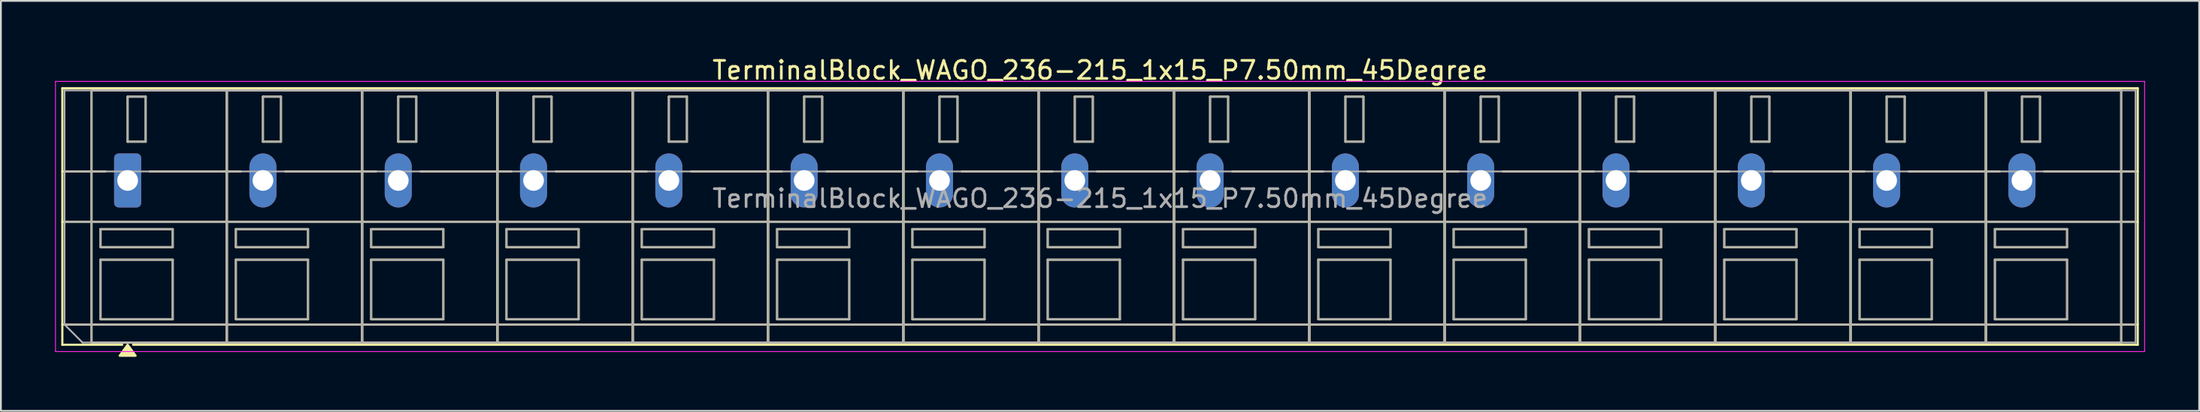
<source format=kicad_pcb>
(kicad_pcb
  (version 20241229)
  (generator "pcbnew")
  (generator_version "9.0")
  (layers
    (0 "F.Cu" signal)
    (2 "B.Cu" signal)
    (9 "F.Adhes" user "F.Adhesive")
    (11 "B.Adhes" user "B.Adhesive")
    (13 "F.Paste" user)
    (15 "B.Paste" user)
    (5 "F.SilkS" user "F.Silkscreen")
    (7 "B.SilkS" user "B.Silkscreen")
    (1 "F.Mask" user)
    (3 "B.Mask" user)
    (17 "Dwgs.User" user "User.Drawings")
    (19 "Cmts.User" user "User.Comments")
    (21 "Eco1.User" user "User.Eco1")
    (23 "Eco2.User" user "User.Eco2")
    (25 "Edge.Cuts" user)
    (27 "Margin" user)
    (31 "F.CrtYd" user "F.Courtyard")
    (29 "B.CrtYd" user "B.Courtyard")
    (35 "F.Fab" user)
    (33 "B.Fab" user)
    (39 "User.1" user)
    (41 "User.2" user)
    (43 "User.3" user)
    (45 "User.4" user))
  (footprint "TerminalBlock_WAGO_236-215_1x15_P7.50mm_45Degree"
    (layer "F.Cu")
    (at 4.025 6.968)
    (property "Reference" "TerminalBlock_WAGO_236-215_1x15_P7.50mm_45Degree" (at 53.9 -6.12 0) (layer "F.SilkS") (effects (font (size 1 1) (thickness 0.15))))
    (attr through_hole)
    (fp_line (start -3.62 -5.12) (end -3.62 9.12) (stroke (width 0.12) (type solid)) (layer "F.SilkS"))
    (fp_line (start -3.62 -5.12) (end 111.42 -5.12) (stroke (width 0.12) (type solid)) (layer "F.SilkS"))
    (fp_line (start -3.62 -0.5) (end -1.23 -0.5) (stroke (width 0.12) (type solid)) (layer "F.SilkS"))
    (fp_line (start -3.62 2.3) (end 111.42 2.3) (stroke (width 0.12) (type solid)) (layer "F.SilkS"))
    (fp_line (start -3.62 8) (end 111.42 8) (stroke (width 0.12) (type solid)) (layer "F.SilkS"))
    (fp_line (start -3.62 9.12) (end -0.3 9.12) (stroke (width 0.12) (type solid)) (layer "F.SilkS"))
    (fp_line (start -2 -5) (end -2 9) (stroke (width 0.12) (type solid)) (layer "F.SilkS"))
    (fp_line (start -2 -5) (end 5.5 -5) (stroke (width 0.12) (type solid)) (layer "F.SilkS"))
    (fp_line (start -2 9) (end 5.5 9) (stroke (width 0.12) (type solid)) (layer "F.SilkS"))
    (fp_line (start -1.5 2.7) (end -1.5 3.7) (stroke (width 0.12) (type solid)) (layer "F.SilkS"))
    (fp_line (start -1.5 2.7) (end 2.5 2.7) (stroke (width 0.12) (type solid)) (layer "F.SilkS"))
    (fp_line (start -1.5 3.7) (end 2.5 3.7) (stroke (width 0.12) (type solid)) (layer "F.SilkS"))
    (fp_line (start -1.5 4.4) (end -1.5 7.7) (stroke (width 0.12) (type solid)) (layer "F.SilkS"))
    (fp_line (start -1.5 4.4) (end 2.5 4.4) (stroke (width 0.12) (type solid)) (layer "F.SilkS"))
    (fp_line (start -1.5 7.7) (end 2.5 7.7) (stroke (width 0.12) (type solid)) (layer "F.SilkS"))
    (fp_line (start 0 -4.65) (end 0 -2.15) (stroke (width 0.12) (type solid)) (layer "F.SilkS"))
    (fp_line (start 0 -4.65) (end 1 -4.65) (stroke (width 0.12) (type solid)) (layer "F.SilkS"))
    (fp_line (start 0 -2.15) (end 1 -2.15) (stroke (width 0.12) (type solid)) (layer "F.SilkS"))
    (fp_line (start 0.3 9.12) (end 111.42 9.12) (stroke (width 0.12) (type solid)) (layer "F.SilkS"))
    (fp_line (start 1 -4.65) (end 1 -2.15) (stroke (width 0.12) (type solid)) (layer "F.SilkS"))
    (fp_line (start 1.23 -0.5) (end 6.27 -0.5) (stroke (width 0.12) (type solid)) (layer "F.SilkS"))
    (fp_line (start 2.5 2.7) (end 2.5 3.7) (stroke (width 0.12) (type solid)) (layer "F.SilkS"))
    (fp_line (start 2.5 4.4) (end 2.5 7.7) (stroke (width 0.12) (type solid)) (layer "F.SilkS"))
    (fp_line (start 5.5 -5) (end 5.5 9) (stroke (width 0.12) (type solid)) (layer "F.SilkS"))
    (fp_line (start 5.5 -5) (end 5.5 9) (stroke (width 0.12) (type solid)) (layer "F.SilkS"))
    (fp_line (start 5.5 -5) (end 13 -5) (stroke (width 0.12) (type solid)) (layer "F.SilkS"))
    (fp_line (start 5.5 9) (end 13 9) (stroke (width 0.12) (type solid)) (layer "F.SilkS"))
    (fp_line (start 6 2.7) (end 6 3.7) (stroke (width 0.12) (type solid)) (layer "F.SilkS"))
    (fp_line (start 6 2.7) (end 10 2.7) (stroke (width 0.12) (type solid)) (layer "F.SilkS"))
    (fp_line (start 6 3.7) (end 10 3.7) (stroke (width 0.12) (type solid)) (layer "F.SilkS"))
    (fp_line (start 6 4.4) (end 6 7.7) (stroke (width 0.12) (type solid)) (layer "F.SilkS"))
    (fp_line (start 6 4.4) (end 10 4.4) (stroke (width 0.12) (type solid)) (layer "F.SilkS"))
    (fp_line (start 6 7.7) (end 10 7.7) (stroke (width 0.12) (type solid)) (layer "F.SilkS"))
    (fp_line (start 7.5 -4.65) (end 7.5 -2.15) (stroke (width 0.12) (type solid)) (layer "F.SilkS"))
    (fp_line (start 7.5 -4.65) (end 8.5 -4.65) (stroke (width 0.12) (type solid)) (layer "F.SilkS"))
    (fp_line (start 7.5 -2.15) (end 8.5 -2.15) (stroke (width 0.12) (type solid)) (layer "F.SilkS"))
    (fp_line (start 8.5 -4.65) (end 8.5 -2.15) (stroke (width 0.12) (type solid)) (layer "F.SilkS"))
    (fp_line (start 8.73 -0.5) (end 13.77 -0.5) (stroke (width 0.12) (type solid)) (layer "F.SilkS"))
    (fp_line (start 10 2.7) (end 10 3.7) (stroke (width 0.12) (type solid)) (layer "F.SilkS"))
    (fp_line (start 10 4.4) (end 10 7.7) (stroke (width 0.12) (type solid)) (layer "F.SilkS"))
    (fp_line (start 13 -5) (end 13 9) (stroke (width 0.12) (type solid)) (layer "F.SilkS"))
    (fp_line (start 13 -5) (end 13 9) (stroke (width 0.12) (type solid)) (layer "F.SilkS"))
    (fp_line (start 13 -5) (end 20.5 -5) (stroke (width 0.12) (type solid)) (layer "F.SilkS"))
    (fp_line (start 13 9) (end 20.5 9) (stroke (width 0.12) (type solid)) (layer "F.SilkS"))
    (fp_line (start 13.5 2.7) (end 13.5 3.7) (stroke (width 0.12) (type solid)) (layer "F.SilkS"))
    (fp_line (start 13.5 2.7) (end 17.5 2.7) (stroke (width 0.12) (type solid)) (layer "F.SilkS"))
    (fp_line (start 13.5 3.7) (end 17.5 3.7) (stroke (width 0.12) (type solid)) (layer "F.SilkS"))
    (fp_line (start 13.5 4.4) (end 13.5 7.7) (stroke (width 0.12) (type solid)) (layer "F.SilkS"))
    (fp_line (start 13.5 4.4) (end 17.5 4.4) (stroke (width 0.12) (type solid)) (layer "F.SilkS"))
    (fp_line (start 13.5 7.7) (end 17.5 7.7) (stroke (width 0.12) (type solid)) (layer "F.SilkS"))
    (fp_line (start 15 -4.65) (end 15 -2.15) (stroke (width 0.12) (type solid)) (layer "F.SilkS"))
    (fp_line (start 15 -4.65) (end 16 -4.65) (stroke (width 0.12) (type solid)) (layer "F.SilkS"))
    (fp_line (start 15 -2.15) (end 16 -2.15) (stroke (width 0.12) (type solid)) (layer "F.SilkS"))
    (fp_line (start 16 -4.65) (end 16 -2.15) (stroke (width 0.12) (type solid)) (layer "F.SilkS"))
    (fp_line (start 16.23 -0.5) (end 21.27 -0.5) (stroke (width 0.12) (type solid)) (layer "F.SilkS"))
    (fp_line (start 17.5 2.7) (end 17.5 3.7) (stroke (width 0.12) (type solid)) (layer "F.SilkS"))
    (fp_line (start 17.5 4.4) (end 17.5 7.7) (stroke (width 0.12) (type solid)) (layer "F.SilkS"))
    (fp_line (start 20.5 -5) (end 20.5 9) (stroke (width 0.12) (type solid)) (layer "F.SilkS"))
    (fp_line (start 20.5 -5) (end 20.5 9) (stroke (width 0.12) (type solid)) (layer "F.SilkS"))
    (fp_line (start 20.5 -5) (end 28 -5) (stroke (width 0.12) (type solid)) (layer "F.SilkS"))
    (fp_line (start 20.5 9) (end 28 9) (stroke (width 0.12) (type solid)) (layer "F.SilkS"))
    (fp_line (start 21 2.7) (end 21 3.7) (stroke (width 0.12) (type solid)) (layer "F.SilkS"))
    (fp_line (start 21 2.7) (end 25 2.7) (stroke (width 0.12) (type solid)) (layer "F.SilkS"))
    (fp_line (start 21 3.7) (end 25 3.7) (stroke (width 0.12) (type solid)) (layer "F.SilkS"))
    (fp_line (start 21 4.4) (end 21 7.7) (stroke (width 0.12) (type solid)) (layer "F.SilkS"))
    (fp_line (start 21 4.4) (end 25 4.4) (stroke (width 0.12) (type solid)) (layer "F.SilkS"))
    (fp_line (start 21 7.7) (end 25 7.7) (stroke (width 0.12) (type solid)) (layer "F.SilkS"))
    (fp_line (start 22.5 -4.65) (end 22.5 -2.15) (stroke (width 0.12) (type solid)) (layer "F.SilkS"))
    (fp_line (start 22.5 -4.65) (end 23.5 -4.65) (stroke (width 0.12) (type solid)) (layer "F.SilkS"))
    (fp_line (start 22.5 -2.15) (end 23.5 -2.15) (stroke (width 0.12) (type solid)) (layer "F.SilkS"))
    (fp_line (start 23.5 -4.65) (end 23.5 -2.15) (stroke (width 0.12) (type solid)) (layer "F.SilkS"))
    (fp_line (start 23.73 -0.5) (end 28.77 -0.5) (stroke (width 0.12) (type solid)) (layer "F.SilkS"))
    (fp_line (start 25 2.7) (end 25 3.7) (stroke (width 0.12) (type solid)) (layer "F.SilkS"))
    (fp_line (start 25 4.4) (end 25 7.7) (stroke (width 0.12) (type solid)) (layer "F.SilkS"))
    (fp_line (start 28 -5) (end 28 9) (stroke (width 0.12) (type solid)) (layer "F.SilkS"))
    (fp_line (start 28 -5) (end 28 9) (stroke (width 0.12) (type solid)) (layer "F.SilkS"))
    (fp_line (start 28 -5) (end 35.5 -5) (stroke (width 0.12) (type solid)) (layer "F.SilkS"))
    (fp_line (start 28 9) (end 35.5 9) (stroke (width 0.12) (type solid)) (layer "F.SilkS"))
    (fp_line (start 28.5 2.7) (end 28.5 3.7) (stroke (width 0.12) (type solid)) (layer "F.SilkS"))
    (fp_line (start 28.5 2.7) (end 32.5 2.7) (stroke (width 0.12) (type solid)) (layer "F.SilkS"))
    (fp_line (start 28.5 3.7) (end 32.5 3.7) (stroke (width 0.12) (type solid)) (layer "F.SilkS"))
    (fp_line (start 28.5 4.4) (end 28.5 7.7) (stroke (width 0.12) (type solid)) (layer "F.SilkS"))
    (fp_line (start 28.5 4.4) (end 32.5 4.4) (stroke (width 0.12) (type solid)) (layer "F.SilkS"))
    (fp_line (start 28.5 7.7) (end 32.5 7.7) (stroke (width 0.12) (type solid)) (layer "F.SilkS"))
    (fp_line (start 30 -4.65) (end 30 -2.15) (stroke (width 0.12) (type solid)) (layer "F.SilkS"))
    (fp_line (start 30 -4.65) (end 31 -4.65) (stroke (width 0.12) (type solid)) (layer "F.SilkS"))
    (fp_line (start 30 -2.15) (end 31 -2.15) (stroke (width 0.12) (type solid)) (layer "F.SilkS"))
    (fp_line (start 31 -4.65) (end 31 -2.15) (stroke (width 0.12) (type solid)) (layer "F.SilkS"))
    (fp_line (start 31.23 -0.5) (end 36.27 -0.5) (stroke (width 0.12) (type solid)) (layer "F.SilkS"))
    (fp_line (start 32.5 2.7) (end 32.5 3.7) (stroke (width 0.12) (type solid)) (layer "F.SilkS"))
    (fp_line (start 32.5 4.4) (end 32.5 7.7) (stroke (width 0.12) (type solid)) (layer "F.SilkS"))
    (fp_line (start 35.5 -5) (end 35.5 9) (stroke (width 0.12) (type solid)) (layer "F.SilkS"))
    (fp_line (start 35.5 -5) (end 35.5 9) (stroke (width 0.12) (type solid)) (layer "F.SilkS"))
    (fp_line (start 35.5 -5) (end 43 -5) (stroke (width 0.12) (type solid)) (layer "F.SilkS"))
    (fp_line (start 35.5 9) (end 43 9) (stroke (width 0.12) (type solid)) (layer "F.SilkS"))
    (fp_line (start 36 2.7) (end 36 3.7) (stroke (width 0.12) (type solid)) (layer "F.SilkS"))
    (fp_line (start 36 2.7) (end 40 2.7) (stroke (width 0.12) (type solid)) (layer "F.SilkS"))
    (fp_line (start 36 3.7) (end 40 3.7) (stroke (width 0.12) (type solid)) (layer "F.SilkS"))
    (fp_line (start 36 4.4) (end 36 7.7) (stroke (width 0.12) (type solid)) (layer "F.SilkS"))
    (fp_line (start 36 4.4) (end 40 4.4) (stroke (width 0.12) (type solid)) (layer "F.SilkS"))
    (fp_line (start 36 7.7) (end 40 7.7) (stroke (width 0.12) (type solid)) (layer "F.SilkS"))
    (fp_line (start 37.5 -4.65) (end 37.5 -2.15) (stroke (width 0.12) (type solid)) (layer "F.SilkS"))
    (fp_line (start 37.5 -4.65) (end 38.5 -4.65) (stroke (width 0.12) (type solid)) (layer "F.SilkS"))
    (fp_line (start 37.5 -2.15) (end 38.5 -2.15) (stroke (width 0.12) (type solid)) (layer "F.SilkS"))
    (fp_line (start 38.5 -4.65) (end 38.5 -2.15) (stroke (width 0.12) (type solid)) (layer "F.SilkS"))
    (fp_line (start 38.73 -0.5) (end 43.77 -0.5) (stroke (width 0.12) (type solid)) (layer "F.SilkS"))
    (fp_line (start 40 2.7) (end 40 3.7) (stroke (width 0.12) (type solid)) (layer "F.SilkS"))
    (fp_line (start 40 4.4) (end 40 7.7) (stroke (width 0.12) (type solid)) (layer "F.SilkS"))
    (fp_line (start 43 -5) (end 43 9) (stroke (width 0.12) (type solid)) (layer "F.SilkS"))
    (fp_line (start 43 -5) (end 43 9) (stroke (width 0.12) (type solid)) (layer "F.SilkS"))
    (fp_line (start 43 -5) (end 50.5 -5) (stroke (width 0.12) (type solid)) (layer "F.SilkS"))
    (fp_line (start 43 9) (end 50.5 9) (stroke (width 0.12) (type solid)) (layer "F.SilkS"))
    (fp_line (start 43.5 2.7) (end 43.5 3.7) (stroke (width 0.12) (type solid)) (layer "F.SilkS"))
    (fp_line (start 43.5 2.7) (end 47.5 2.7) (stroke (width 0.12) (type solid)) (layer "F.SilkS"))
    (fp_line (start 43.5 3.7) (end 47.5 3.7) (stroke (width 0.12) (type solid)) (layer "F.SilkS"))
    (fp_line (start 43.5 4.4) (end 43.5 7.7) (stroke (width 0.12) (type solid)) (layer "F.SilkS"))
    (fp_line (start 43.5 4.4) (end 47.5 4.4) (stroke (width 0.12) (type solid)) (layer "F.SilkS"))
    (fp_line (start 43.5 7.7) (end 47.5 7.7) (stroke (width 0.12) (type solid)) (layer "F.SilkS"))
    (fp_line (start 45 -4.65) (end 45 -2.15) (stroke (width 0.12) (type solid)) (layer "F.SilkS"))
    (fp_line (start 45 -4.65) (end 46 -4.65) (stroke (width 0.12) (type solid)) (layer "F.SilkS"))
    (fp_line (start 45 -2.15) (end 46 -2.15) (stroke (width 0.12) (type solid)) (layer "F.SilkS"))
    (fp_line (start 46 -4.65) (end 46 -2.15) (stroke (width 0.12) (type solid)) (layer "F.SilkS"))
    (fp_line (start 46.23 -0.5) (end 51.27 -0.5) (stroke (width 0.12) (type solid)) (layer "F.SilkS"))
    (fp_line (start 47.5 2.7) (end 47.5 3.7) (stroke (width 0.12) (type solid)) (layer "F.SilkS"))
    (fp_line (start 47.5 4.4) (end 47.5 7.7) (stroke (width 0.12) (type solid)) (layer "F.SilkS"))
    (fp_line (start 50.5 -5) (end 50.5 9) (stroke (width 0.12) (type solid)) (layer "F.SilkS"))
    (fp_line (start 50.5 -5) (end 50.5 9) (stroke (width 0.12) (type solid)) (layer "F.SilkS"))
    (fp_line (start 50.5 -5) (end 58 -5) (stroke (width 0.12) (type solid)) (layer "F.SilkS"))
    (fp_line (start 50.5 9) (end 58 9) (stroke (width 0.12) (type solid)) (layer "F.SilkS"))
    (fp_line (start 51 2.7) (end 51 3.7) (stroke (width 0.12) (type solid)) (layer "F.SilkS"))
    (fp_line (start 51 2.7) (end 55 2.7) (stroke (width 0.12) (type solid)) (layer "F.SilkS"))
    (fp_line (start 51 3.7) (end 55 3.7) (stroke (width 0.12) (type solid)) (layer "F.SilkS"))
    (fp_line (start 51 4.4) (end 51 7.7) (stroke (width 0.12) (type solid)) (layer "F.SilkS"))
    (fp_line (start 51 4.4) (end 55 4.4) (stroke (width 0.12) (type solid)) (layer "F.SilkS"))
    (fp_line (start 51 7.7) (end 55 7.7) (stroke (width 0.12) (type solid)) (layer "F.SilkS"))
    (fp_line (start 52.5 -4.65) (end 52.5 -2.15) (stroke (width 0.12) (type solid)) (layer "F.SilkS"))
    (fp_line (start 52.5 -4.65) (end 53.5 -4.65) (stroke (width 0.12) (type solid)) (layer "F.SilkS"))
    (fp_line (start 52.5 -2.15) (end 53.5 -2.15) (stroke (width 0.12) (type solid)) (layer "F.SilkS"))
    (fp_line (start 53.5 -4.65) (end 53.5 -2.15) (stroke (width 0.12) (type solid)) (layer "F.SilkS"))
    (fp_line (start 53.73 -0.5) (end 58.77 -0.5) (stroke (width 0.12) (type solid)) (layer "F.SilkS"))
    (fp_line (start 55 2.7) (end 55 3.7) (stroke (width 0.12) (type solid)) (layer "F.SilkS"))
    (fp_line (start 55 4.4) (end 55 7.7) (stroke (width 0.12) (type solid)) (layer "F.SilkS"))
    (fp_line (start 58 -5) (end 58 9) (stroke (width 0.12) (type solid)) (layer "F.SilkS"))
    (fp_line (start 58 -5) (end 58 9) (stroke (width 0.12) (type solid)) (layer "F.SilkS"))
    (fp_line (start 58 -5) (end 65.5 -5) (stroke (width 0.12) (type solid)) (layer "F.SilkS"))
    (fp_line (start 58 9) (end 65.5 9) (stroke (width 0.12) (type solid)) (layer "F.SilkS"))
    (fp_line (start 58.5 2.7) (end 58.5 3.7) (stroke (width 0.12) (type solid)) (layer "F.SilkS"))
    (fp_line (start 58.5 2.7) (end 62.5 2.7) (stroke (width 0.12) (type solid)) (layer "F.SilkS"))
    (fp_line (start 58.5 3.7) (end 62.5 3.7) (stroke (width 0.12) (type solid)) (layer "F.SilkS"))
    (fp_line (start 58.5 4.4) (end 58.5 7.7) (stroke (width 0.12) (type solid)) (layer "F.SilkS"))
    (fp_line (start 58.5 4.4) (end 62.5 4.4) (stroke (width 0.12) (type solid)) (layer "F.SilkS"))
    (fp_line (start 58.5 7.7) (end 62.5 7.7) (stroke (width 0.12) (type solid)) (layer "F.SilkS"))
    (fp_line (start 60 -4.65) (end 60 -2.15) (stroke (width 0.12) (type solid)) (layer "F.SilkS"))
    (fp_line (start 60 -4.65) (end 61 -4.65) (stroke (width 0.12) (type solid)) (layer "F.SilkS"))
    (fp_line (start 60 -2.15) (end 61 -2.15) (stroke (width 0.12) (type solid)) (layer "F.SilkS"))
    (fp_line (start 61 -4.65) (end 61 -2.15) (stroke (width 0.12) (type solid)) (layer "F.SilkS"))
    (fp_line (start 61.23 -0.5) (end 66.27 -0.5) (stroke (width 0.12) (type solid)) (layer "F.SilkS"))
    (fp_line (start 62.5 2.7) (end 62.5 3.7) (stroke (width 0.12) (type solid)) (layer "F.SilkS"))
    (fp_line (start 62.5 4.4) (end 62.5 7.7) (stroke (width 0.12) (type solid)) (layer "F.SilkS"))
    (fp_line (start 65.5 -5) (end 65.5 9) (stroke (width 0.12) (type solid)) (layer "F.SilkS"))
    (fp_line (start 65.5 -5) (end 65.5 9) (stroke (width 0.12) (type solid)) (layer "F.SilkS"))
    (fp_line (start 65.5 -5) (end 73 -5) (stroke (width 0.12) (type solid)) (layer "F.SilkS"))
    (fp_line (start 65.5 9) (end 73 9) (stroke (width 0.12) (type solid)) (layer "F.SilkS"))
    (fp_line (start 66 2.7) (end 66 3.7) (stroke (width 0.12) (type solid)) (layer "F.SilkS"))
    (fp_line (start 66 2.7) (end 70 2.7) (stroke (width 0.12) (type solid)) (layer "F.SilkS"))
    (fp_line (start 66 3.7) (end 70 3.7) (stroke (width 0.12) (type solid)) (layer "F.SilkS"))
    (fp_line (start 66 4.4) (end 66 7.7) (stroke (width 0.12) (type solid)) (layer "F.SilkS"))
    (fp_line (start 66 4.4) (end 70 4.4) (stroke (width 0.12) (type solid)) (layer "F.SilkS"))
    (fp_line (start 66 7.7) (end 70 7.7) (stroke (width 0.12) (type solid)) (layer "F.SilkS"))
    (fp_line (start 67.5 -4.65) (end 67.5 -2.15) (stroke (width 0.12) (type solid)) (layer "F.SilkS"))
    (fp_line (start 67.5 -4.65) (end 68.5 -4.65) (stroke (width 0.12) (type solid)) (layer "F.SilkS"))
    (fp_line (start 67.5 -2.15) (end 68.5 -2.15) (stroke (width 0.12) (type solid)) (layer "F.SilkS"))
    (fp_line (start 68.5 -4.65) (end 68.5 -2.15) (stroke (width 0.12) (type solid)) (layer "F.SilkS"))
    (fp_line (start 68.73 -0.5) (end 73.77 -0.5) (stroke (width 0.12) (type solid)) (layer "F.SilkS"))
    (fp_line (start 70 2.7) (end 70 3.7) (stroke (width 0.12) (type solid)) (layer "F.SilkS"))
    (fp_line (start 70 4.4) (end 70 7.7) (stroke (width 0.12) (type solid)) (layer "F.SilkS"))
    (fp_line (start 73 -5) (end 73 9) (stroke (width 0.12) (type solid)) (layer "F.SilkS"))
    (fp_line (start 73 -5) (end 73 9) (stroke (width 0.12) (type solid)) (layer "F.SilkS"))
    (fp_line (start 73 -5) (end 80.5 -5) (stroke (width 0.12) (type solid)) (layer "F.SilkS"))
    (fp_line (start 73 9) (end 80.5 9) (stroke (width 0.12) (type solid)) (layer "F.SilkS"))
    (fp_line (start 73.5 2.7) (end 73.5 3.7) (stroke (width 0.12) (type solid)) (layer "F.SilkS"))
    (fp_line (start 73.5 2.7) (end 77.5 2.7) (stroke (width 0.12) (type solid)) (layer "F.SilkS"))
    (fp_line (start 73.5 3.7) (end 77.5 3.7) (stroke (width 0.12) (type solid)) (layer "F.SilkS"))
    (fp_line (start 73.5 4.4) (end 73.5 7.7) (stroke (width 0.12) (type solid)) (layer "F.SilkS"))
    (fp_line (start 73.5 4.4) (end 77.5 4.4) (stroke (width 0.12) (type solid)) (layer "F.SilkS"))
    (fp_line (start 73.5 7.7) (end 77.5 7.7) (stroke (width 0.12) (type solid)) (layer "F.SilkS"))
    (fp_line (start 75 -4.65) (end 75 -2.15) (stroke (width 0.12) (type solid)) (layer "F.SilkS"))
    (fp_line (start 75 -4.65) (end 76 -4.65) (stroke (width 0.12) (type solid)) (layer "F.SilkS"))
    (fp_line (start 75 -2.15) (end 76 -2.15) (stroke (width 0.12) (type solid)) (layer "F.SilkS"))
    (fp_line (start 76 -4.65) (end 76 -2.15) (stroke (width 0.12) (type solid)) (layer "F.SilkS"))
    (fp_line (start 76.23 -0.5) (end 81.27 -0.5) (stroke (width 0.12) (type solid)) (layer "F.SilkS"))
    (fp_line (start 77.5 2.7) (end 77.5 3.7) (stroke (width 0.12) (type solid)) (layer "F.SilkS"))
    (fp_line (start 77.5 4.4) (end 77.5 7.7) (stroke (width 0.12) (type solid)) (layer "F.SilkS"))
    (fp_line (start 80.5 -5) (end 80.5 9) (stroke (width 0.12) (type solid)) (layer "F.SilkS"))
    (fp_line (start 80.5 -5) (end 80.5 9) (stroke (width 0.12) (type solid)) (layer "F.SilkS"))
    (fp_line (start 80.5 -5) (end 88 -5) (stroke (width 0.12) (type solid)) (layer "F.SilkS"))
    (fp_line (start 80.5 9) (end 88 9) (stroke (width 0.12) (type solid)) (layer "F.SilkS"))
    (fp_line (start 81 2.7) (end 81 3.7) (stroke (width 0.12) (type solid)) (layer "F.SilkS"))
    (fp_line (start 81 2.7) (end 85 2.7) (stroke (width 0.12) (type solid)) (layer "F.SilkS"))
    (fp_line (start 81 3.7) (end 85 3.7) (stroke (width 0.12) (type solid)) (layer "F.SilkS"))
    (fp_line (start 81 4.4) (end 81 7.7) (stroke (width 0.12) (type solid)) (layer "F.SilkS"))
    (fp_line (start 81 4.4) (end 85 4.4) (stroke (width 0.12) (type solid)) (layer "F.SilkS"))
    (fp_line (start 81 7.7) (end 85 7.7) (stroke (width 0.12) (type solid)) (layer "F.SilkS"))
    (fp_line (start 82.5 -4.65) (end 82.5 -2.15) (stroke (width 0.12) (type solid)) (layer "F.SilkS"))
    (fp_line (start 82.5 -4.65) (end 83.5 -4.65) (stroke (width 0.12) (type solid)) (layer "F.SilkS"))
    (fp_line (start 82.5 -2.15) (end 83.5 -2.15) (stroke (width 0.12) (type solid)) (layer "F.SilkS"))
    (fp_line (start 83.5 -4.65) (end 83.5 -2.15) (stroke (width 0.12) (type solid)) (layer "F.SilkS"))
    (fp_line (start 83.73 -0.5) (end 88.77 -0.5) (stroke (width 0.12) (type solid)) (layer "F.SilkS"))
    (fp_line (start 85 2.7) (end 85 3.7) (stroke (width 0.12) (type solid)) (layer "F.SilkS"))
    (fp_line (start 85 4.4) (end 85 7.7) (stroke (width 0.12) (type solid)) (layer "F.SilkS"))
    (fp_line (start 88 -5) (end 88 9) (stroke (width 0.12) (type solid)) (layer "F.SilkS"))
    (fp_line (start 88 -5) (end 88 9) (stroke (width 0.12) (type solid)) (layer "F.SilkS"))
    (fp_line (start 88 -5) (end 95.5 -5) (stroke (width 0.12) (type solid)) (layer "F.SilkS"))
    (fp_line (start 88 9) (end 95.5 9) (stroke (width 0.12) (type solid)) (layer "F.SilkS"))
    (fp_line (start 88.5 2.7) (end 88.5 3.7) (stroke (width 0.12) (type solid)) (layer "F.SilkS"))
    (fp_line (start 88.5 2.7) (end 92.5 2.7) (stroke (width 0.12) (type solid)) (layer "F.SilkS"))
    (fp_line (start 88.5 3.7) (end 92.5 3.7) (stroke (width 0.12) (type solid)) (layer "F.SilkS"))
    (fp_line (start 88.5 4.4) (end 88.5 7.7) (stroke (width 0.12) (type solid)) (layer "F.SilkS"))
    (fp_line (start 88.5 4.4) (end 92.5 4.4) (stroke (width 0.12) (type solid)) (layer "F.SilkS"))
    (fp_line (start 88.5 7.7) (end 92.5 7.7) (stroke (width 0.12) (type solid)) (layer "F.SilkS"))
    (fp_line (start 90 -4.65) (end 90 -2.15) (stroke (width 0.12) (type solid)) (layer "F.SilkS"))
    (fp_line (start 90 -4.65) (end 91 -4.65) (stroke (width 0.12) (type solid)) (layer "F.SilkS"))
    (fp_line (start 90 -2.15) (end 91 -2.15) (stroke (width 0.12) (type solid)) (layer "F.SilkS"))
    (fp_line (start 91 -4.65) (end 91 -2.15) (stroke (width 0.12) (type solid)) (layer "F.SilkS"))
    (fp_line (start 91.23 -0.5) (end 96.27 -0.5) (stroke (width 0.12) (type solid)) (layer "F.SilkS"))
    (fp_line (start 92.5 2.7) (end 92.5 3.7) (stroke (width 0.12) (type solid)) (layer "F.SilkS"))
    (fp_line (start 92.5 4.4) (end 92.5 7.7) (stroke (width 0.12) (type solid)) (layer "F.SilkS"))
    (fp_line (start 95.5 -5) (end 95.5 9) (stroke (width 0.12) (type solid)) (layer "F.SilkS"))
    (fp_line (start 95.5 -5) (end 95.5 9) (stroke (width 0.12) (type solid)) (layer "F.SilkS"))
    (fp_line (start 95.5 -5) (end 103 -5) (stroke (width 0.12) (type solid)) (layer "F.SilkS"))
    (fp_line (start 95.5 9) (end 103 9) (stroke (width 0.12) (type solid)) (layer "F.SilkS"))
    (fp_line (start 96 2.7) (end 96 3.7) (stroke (width 0.12) (type solid)) (layer "F.SilkS"))
    (fp_line (start 96 2.7) (end 100 2.7) (stroke (width 0.12) (type solid)) (layer "F.SilkS"))
    (fp_line (start 96 3.7) (end 100 3.7) (stroke (width 0.12) (type solid)) (layer "F.SilkS"))
    (fp_line (start 96 4.4) (end 96 7.7) (stroke (width 0.12) (type solid)) (layer "F.SilkS"))
    (fp_line (start 96 4.4) (end 100 4.4) (stroke (width 0.12) (type solid)) (layer "F.SilkS"))
    (fp_line (start 96 7.7) (end 100 7.7) (stroke (width 0.12) (type solid)) (layer "F.SilkS"))
    (fp_line (start 97.5 -4.65) (end 97.5 -2.15) (stroke (width 0.12) (type solid)) (layer "F.SilkS"))
    (fp_line (start 97.5 -4.65) (end 98.5 -4.65) (stroke (width 0.12) (type solid)) (layer "F.SilkS"))
    (fp_line (start 97.5 -2.15) (end 98.5 -2.15) (stroke (width 0.12) (type solid)) (layer "F.SilkS"))
    (fp_line (start 98.5 -4.65) (end 98.5 -2.15) (stroke (width 0.12) (type solid)) (layer "F.SilkS"))
    (fp_line (start 98.73 -0.5) (end 103.77 -0.5) (stroke (width 0.12) (type solid)) (layer "F.SilkS"))
    (fp_line (start 100 2.7) (end 100 3.7) (stroke (width 0.12) (type solid)) (layer "F.SilkS"))
    (fp_line (start 100 4.4) (end 100 7.7) (stroke (width 0.12) (type solid)) (layer "F.SilkS"))
    (fp_line (start 103 -5) (end 103 9) (stroke (width 0.12) (type solid)) (layer "F.SilkS"))
    (fp_line (start 103 -5) (end 103 9) (stroke (width 0.12) (type solid)) (layer "F.SilkS"))
    (fp_line (start 103 -5) (end 110.5 -5) (stroke (width 0.12) (type solid)) (layer "F.SilkS"))
    (fp_line (start 103 9) (end 110.5 9) (stroke (width 0.12) (type solid)) (layer "F.SilkS"))
    (fp_line (start 103.5 2.7) (end 103.5 3.7) (stroke (width 0.12) (type solid)) (layer "F.SilkS"))
    (fp_line (start 103.5 2.7) (end 107.5 2.7) (stroke (width 0.12) (type solid)) (layer "F.SilkS"))
    (fp_line (start 103.5 3.7) (end 107.5 3.7) (stroke (width 0.12) (type solid)) (layer "F.SilkS"))
    (fp_line (start 103.5 4.4) (end 103.5 7.7) (stroke (width 0.12) (type solid)) (layer "F.SilkS"))
    (fp_line (start 103.5 4.4) (end 107.5 4.4) (stroke (width 0.12) (type solid)) (layer "F.SilkS"))
    (fp_line (start 103.5 7.7) (end 107.5 7.7) (stroke (width 0.12) (type solid)) (layer "F.SilkS"))
    (fp_line (start 105 -4.65) (end 105 -2.15) (stroke (width 0.12) (type solid)) (layer "F.SilkS"))
    (fp_line (start 105 -4.65) (end 106 -4.65) (stroke (width 0.12) (type solid)) (layer "F.SilkS"))
    (fp_line (start 105 -2.15) (end 106 -2.15) (stroke (width 0.12) (type solid)) (layer "F.SilkS"))
    (fp_line (start 106 -4.65) (end 106 -2.15) (stroke (width 0.12) (type solid)) (layer "F.SilkS"))
    (fp_line (start 106.23 -0.5) (end 111.42 -0.5) (stroke (width 0.12) (type solid)) (layer "F.SilkS"))
    (fp_line (start 107.5 2.7) (end 107.5 3.7) (stroke (width 0.12) (type solid)) (layer "F.SilkS"))
    (fp_line (start 107.5 4.4) (end 107.5 7.7) (stroke (width 0.12) (type solid)) (layer "F.SilkS"))
    (fp_line (start 110.5 -5) (end 110.5 9) (stroke (width 0.12) (type solid)) (layer "F.SilkS"))
    (fp_line (start 111.42 -5.12) (end 111.42 9.12) (stroke (width 0.12) (type solid)) (layer "F.SilkS"))
    (fp_poly (pts (xy 0 9.12) (xy 0.44 9.73) (xy -0.44 9.73)) (stroke (width 0.12) (type solid)) (fill yes) (layer "F.SilkS"))
    (fp_line (start -4 -5.5) (end -4 9.5) (stroke (width 0.05) (type solid)) (layer "F.CrtYd"))
    (fp_line (start -4 9.5) (end 111.8 9.5) (stroke (width 0.05) (type solid)) (layer "F.CrtYd"))
    (fp_line (start 111.8 -5.5) (end -4 -5.5) (stroke (width 0.05) (type solid)) (layer "F.CrtYd"))
    (fp_line (start 111.8 9.5) (end 111.8 -5.5) (stroke (width 0.05) (type solid)) (layer "F.CrtYd"))
    (fp_line (start -3.5 -5) (end 111.3 -5) (stroke (width 0.1) (type solid)) (layer "F.Fab"))
    (fp_line (start -3.5 -0.5) (end 111.3 -0.5) (stroke (width 0.1) (type solid)) (layer "F.Fab"))
    (fp_line (start -3.5 2.3) (end 111.3 2.3) (stroke (width 0.1) (type solid)) (layer "F.Fab"))
    (fp_line (start -3.5 8) (end -3.5 -5) (stroke (width 0.1) (type solid)) (layer "F.Fab"))
    (fp_line (start -3.5 8) (end 111.3 8) (stroke (width 0.1) (type solid)) (layer "F.Fab"))
    (fp_line (start -2.5 9) (end -3.5 8) (stroke (width 0.1) (type solid)) (layer "F.Fab"))
    (fp_line (start -2 -5) (end -2 9) (stroke (width 0.1) (type solid)) (layer "F.Fab"))
    (fp_line (start -2 9) (end 5.5 9) (stroke (width 0.1) (type solid)) (layer "F.Fab"))
    (fp_line (start -1.5 2.7) (end -1.5 3.7) (stroke (width 0.1) (type solid)) (layer "F.Fab"))
    (fp_line (start -1.5 3.7) (end 2.5 3.7) (stroke (width 0.1) (type solid)) (layer "F.Fab"))
    (fp_line (start -1.5 4.4) (end -1.5 7.7) (stroke (width 0.1) (type solid)) (layer "F.Fab"))
    (fp_line (start -1.5 7.7) (end 2.5 7.7) (stroke (width 0.1) (type solid)) (layer "F.Fab"))
    (fp_line (start 0 -4.65) (end 0 -2.15) (stroke (width 0.1) (type solid)) (layer "F.Fab"))
    (fp_line (start 0 -2.15) (end 1 -2.15) (stroke (width 0.1) (type solid)) (layer "F.Fab"))
    (fp_line (start 1 -4.65) (end 0 -4.65) (stroke (width 0.1) (type solid)) (layer "F.Fab"))
    (fp_line (start 1 -2.15) (end 1 -4.65) (stroke (width 0.1) (type solid)) (layer "F.Fab"))
    (fp_line (start 2.5 2.7) (end -1.5 2.7) (stroke (width 0.1) (type solid)) (layer "F.Fab"))
    (fp_line (start 2.5 3.7) (end 2.5 2.7) (stroke (width 0.1) (type solid)) (layer "F.Fab"))
    (fp_line (start 2.5 4.4) (end -1.5 4.4) (stroke (width 0.1) (type solid)) (layer "F.Fab"))
    (fp_line (start 2.5 7.7) (end 2.5 4.4) (stroke (width 0.1) (type solid)) (layer "F.Fab"))
    (fp_line (start 5.5 -5) (end -2 -5) (stroke (width 0.1) (type solid)) (layer "F.Fab"))
    (fp_line (start 5.5 -5) (end 5.5 9) (stroke (width 0.1) (type solid)) (layer "F.Fab"))
    (fp_line (start 5.5 9) (end 5.5 -5) (stroke (width 0.1) (type solid)) (layer "F.Fab"))
    (fp_line (start 5.5 9) (end 13 9) (stroke (width 0.1) (type solid)) (layer "F.Fab"))
    (fp_line (start 6 2.7) (end 6 3.7) (stroke (width 0.1) (type solid)) (layer "F.Fab"))
    (fp_line (start 6 3.7) (end 10 3.7) (stroke (width 0.1) (type solid)) (layer "F.Fab"))
    (fp_line (start 6 4.4) (end 6 7.7) (stroke (width 0.1) (type solid)) (layer "F.Fab"))
    (fp_line (start 6 7.7) (end 10 7.7) (stroke (width 0.1) (type solid)) (layer "F.Fab"))
    (fp_line (start 7.5 -4.65) (end 7.5 -2.15) (stroke (width 0.1) (type solid)) (layer "F.Fab"))
    (fp_line (start 7.5 -2.15) (end 8.5 -2.15) (stroke (width 0.1) (type solid)) (layer "F.Fab"))
    (fp_line (start 8.5 -4.65) (end 7.5 -4.65) (stroke (width 0.1) (type solid)) (layer "F.Fab"))
    (fp_line (start 8.5 -2.15) (end 8.5 -4.65) (stroke (width 0.1) (type solid)) (layer "F.Fab"))
    (fp_line (start 10 2.7) (end 6 2.7) (stroke (width 0.1) (type solid)) (layer "F.Fab"))
    (fp_line (start 10 3.7) (end 10 2.7) (stroke (width 0.1) (type solid)) (layer "F.Fab"))
    (fp_line (start 10 4.4) (end 6 4.4) (stroke (width 0.1) (type solid)) (layer "F.Fab"))
    (fp_line (start 10 7.7) (end 10 4.4) (stroke (width 0.1) (type solid)) (layer "F.Fab"))
    (fp_line (start 13 -5) (end 5.5 -5) (stroke (width 0.1) (type solid)) (layer "F.Fab"))
    (fp_line (start 13 -5) (end 13 9) (stroke (width 0.1) (type solid)) (layer "F.Fab"))
    (fp_line (start 13 9) (end 13 -5) (stroke (width 0.1) (type solid)) (layer "F.Fab"))
    (fp_line (start 13 9) (end 20.5 9) (stroke (width 0.1) (type solid)) (layer "F.Fab"))
    (fp_line (start 13.5 2.7) (end 13.5 3.7) (stroke (width 0.1) (type solid)) (layer "F.Fab"))
    (fp_line (start 13.5 3.7) (end 17.5 3.7) (stroke (width 0.1) (type solid)) (layer "F.Fab"))
    (fp_line (start 13.5 4.4) (end 13.5 7.7) (stroke (width 0.1) (type solid)) (layer "F.Fab"))
    (fp_line (start 13.5 7.7) (end 17.5 7.7) (stroke (width 0.1) (type solid)) (layer "F.Fab"))
    (fp_line (start 15 -4.65) (end 15 -2.15) (stroke (width 0.1) (type solid)) (layer "F.Fab"))
    (fp_line (start 15 -2.15) (end 16 -2.15) (stroke (width 0.1) (type solid)) (layer "F.Fab"))
    (fp_line (start 16 -4.65) (end 15 -4.65) (stroke (width 0.1) (type solid)) (layer "F.Fab"))
    (fp_line (start 16 -2.15) (end 16 -4.65) (stroke (width 0.1) (type solid)) (layer "F.Fab"))
    (fp_line (start 17.5 2.7) (end 13.5 2.7) (stroke (width 0.1) (type solid)) (layer "F.Fab"))
    (fp_line (start 17.5 3.7) (end 17.5 2.7) (stroke (width 0.1) (type solid)) (layer "F.Fab"))
    (fp_line (start 17.5 4.4) (end 13.5 4.4) (stroke (width 0.1) (type solid)) (layer "F.Fab"))
    (fp_line (start 17.5 7.7) (end 17.5 4.4) (stroke (width 0.1) (type solid)) (layer "F.Fab"))
    (fp_line (start 20.5 -5) (end 13 -5) (stroke (width 0.1) (type solid)) (layer "F.Fab"))
    (fp_line (start 20.5 -5) (end 20.5 9) (stroke (width 0.1) (type solid)) (layer "F.Fab"))
    (fp_line (start 20.5 9) (end 20.5 -5) (stroke (width 0.1) (type solid)) (layer "F.Fab"))
    (fp_line (start 20.5 9) (end 28 9) (stroke (width 0.1) (type solid)) (layer "F.Fab"))
    (fp_line (start 21 2.7) (end 21 3.7) (stroke (width 0.1) (type solid)) (layer "F.Fab"))
    (fp_line (start 21 3.7) (end 25 3.7) (stroke (width 0.1) (type solid)) (layer "F.Fab"))
    (fp_line (start 21 4.4) (end 21 7.7) (stroke (width 0.1) (type solid)) (layer "F.Fab"))
    (fp_line (start 21 7.7) (end 25 7.7) (stroke (width 0.1) (type solid)) (layer "F.Fab"))
    (fp_line (start 22.5 -4.65) (end 22.5 -2.15) (stroke (width 0.1) (type solid)) (layer "F.Fab"))
    (fp_line (start 22.5 -2.15) (end 23.5 -2.15) (stroke (width 0.1) (type solid)) (layer "F.Fab"))
    (fp_line (start 23.5 -4.65) (end 22.5 -4.65) (stroke (width 0.1) (type solid)) (layer "F.Fab"))
    (fp_line (start 23.5 -2.15) (end 23.5 -4.65) (stroke (width 0.1) (type solid)) (layer "F.Fab"))
    (fp_line (start 25 2.7) (end 21 2.7) (stroke (width 0.1) (type solid)) (layer "F.Fab"))
    (fp_line (start 25 3.7) (end 25 2.7) (stroke (width 0.1) (type solid)) (layer "F.Fab"))
    (fp_line (start 25 4.4) (end 21 4.4) (stroke (width 0.1) (type solid)) (layer "F.Fab"))
    (fp_line (start 25 7.7) (end 25 4.4) (stroke (width 0.1) (type solid)) (layer "F.Fab"))
    (fp_line (start 28 -5) (end 20.5 -5) (stroke (width 0.1) (type solid)) (layer "F.Fab"))
    (fp_line (start 28 -5) (end 28 9) (stroke (width 0.1) (type solid)) (layer "F.Fab"))
    (fp_line (start 28 9) (end 28 -5) (stroke (width 0.1) (type solid)) (layer "F.Fab"))
    (fp_line (start 28 9) (end 35.5 9) (stroke (width 0.1) (type solid)) (layer "F.Fab"))
    (fp_line (start 28.5 2.7) (end 28.5 3.7) (stroke (width 0.1) (type solid)) (layer "F.Fab"))
    (fp_line (start 28.5 3.7) (end 32.5 3.7) (stroke (width 0.1) (type solid)) (layer "F.Fab"))
    (fp_line (start 28.5 4.4) (end 28.5 7.7) (stroke (width 0.1) (type solid)) (layer "F.Fab"))
    (fp_line (start 28.5 7.7) (end 32.5 7.7) (stroke (width 0.1) (type solid)) (layer "F.Fab"))
    (fp_line (start 30 -4.65) (end 30 -2.15) (stroke (width 0.1) (type solid)) (layer "F.Fab"))
    (fp_line (start 30 -2.15) (end 31 -2.15) (stroke (width 0.1) (type solid)) (layer "F.Fab"))
    (fp_line (start 31 -4.65) (end 30 -4.65) (stroke (width 0.1) (type solid)) (layer "F.Fab"))
    (fp_line (start 31 -2.15) (end 31 -4.65) (stroke (width 0.1) (type solid)) (layer "F.Fab"))
    (fp_line (start 32.5 2.7) (end 28.5 2.7) (stroke (width 0.1) (type solid)) (layer "F.Fab"))
    (fp_line (start 32.5 3.7) (end 32.5 2.7) (stroke (width 0.1) (type solid)) (layer "F.Fab"))
    (fp_line (start 32.5 4.4) (end 28.5 4.4) (stroke (width 0.1) (type solid)) (layer "F.Fab"))
    (fp_line (start 32.5 7.7) (end 32.5 4.4) (stroke (width 0.1) (type solid)) (layer "F.Fab"))
    (fp_line (start 35.5 -5) (end 28 -5) (stroke (width 0.1) (type solid)) (layer "F.Fab"))
    (fp_line (start 35.5 -5) (end 35.5 9) (stroke (width 0.1) (type solid)) (layer "F.Fab"))
    (fp_line (start 35.5 9) (end 35.5 -5) (stroke (width 0.1) (type solid)) (layer "F.Fab"))
    (fp_line (start 35.5 9) (end 43 9) (stroke (width 0.1) (type solid)) (layer "F.Fab"))
    (fp_line (start 36 2.7) (end 36 3.7) (stroke (width 0.1) (type solid)) (layer "F.Fab"))
    (fp_line (start 36 3.7) (end 40 3.7) (stroke (width 0.1) (type solid)) (layer "F.Fab"))
    (fp_line (start 36 4.4) (end 36 7.7) (stroke (width 0.1) (type solid)) (layer "F.Fab"))
    (fp_line (start 36 7.7) (end 40 7.7) (stroke (width 0.1) (type solid)) (layer "F.Fab"))
    (fp_line (start 37.5 -4.65) (end 37.5 -2.15) (stroke (width 0.1) (type solid)) (layer "F.Fab"))
    (fp_line (start 37.5 -2.15) (end 38.5 -2.15) (stroke (width 0.1) (type solid)) (layer "F.Fab"))
    (fp_line (start 38.5 -4.65) (end 37.5 -4.65) (stroke (width 0.1) (type solid)) (layer "F.Fab"))
    (fp_line (start 38.5 -2.15) (end 38.5 -4.65) (stroke (width 0.1) (type solid)) (layer "F.Fab"))
    (fp_line (start 40 2.7) (end 36 2.7) (stroke (width 0.1) (type solid)) (layer "F.Fab"))
    (fp_line (start 40 3.7) (end 40 2.7) (stroke (width 0.1) (type solid)) (layer "F.Fab"))
    (fp_line (start 40 4.4) (end 36 4.4) (stroke (width 0.1) (type solid)) (layer "F.Fab"))
    (fp_line (start 40 7.7) (end 40 4.4) (stroke (width 0.1) (type solid)) (layer "F.Fab"))
    (fp_line (start 43 -5) (end 35.5 -5) (stroke (width 0.1) (type solid)) (layer "F.Fab"))
    (fp_line (start 43 -5) (end 43 9) (stroke (width 0.1) (type solid)) (layer "F.Fab"))
    (fp_line (start 43 9) (end 43 -5) (stroke (width 0.1) (type solid)) (layer "F.Fab"))
    (fp_line (start 43 9) (end 50.5 9) (stroke (width 0.1) (type solid)) (layer "F.Fab"))
    (fp_line (start 43.5 2.7) (end 43.5 3.7) (stroke (width 0.1) (type solid)) (layer "F.Fab"))
    (fp_line (start 43.5 3.7) (end 47.5 3.7) (stroke (width 0.1) (type solid)) (layer "F.Fab"))
    (fp_line (start 43.5 4.4) (end 43.5 7.7) (stroke (width 0.1) (type solid)) (layer "F.Fab"))
    (fp_line (start 43.5 7.7) (end 47.5 7.7) (stroke (width 0.1) (type solid)) (layer "F.Fab"))
    (fp_line (start 45 -4.65) (end 45 -2.15) (stroke (width 0.1) (type solid)) (layer "F.Fab"))
    (fp_line (start 45 -2.15) (end 46 -2.15) (stroke (width 0.1) (type solid)) (layer "F.Fab"))
    (fp_line (start 46 -4.65) (end 45 -4.65) (stroke (width 0.1) (type solid)) (layer "F.Fab"))
    (fp_line (start 46 -2.15) (end 46 -4.65) (stroke (width 0.1) (type solid)) (layer "F.Fab"))
    (fp_line (start 47.5 2.7) (end 43.5 2.7) (stroke (width 0.1) (type solid)) (layer "F.Fab"))
    (fp_line (start 47.5 3.7) (end 47.5 2.7) (stroke (width 0.1) (type solid)) (layer "F.Fab"))
    (fp_line (start 47.5 4.4) (end 43.5 4.4) (stroke (width 0.1) (type solid)) (layer "F.Fab"))
    (fp_line (start 47.5 7.7) (end 47.5 4.4) (stroke (width 0.1) (type solid)) (layer "F.Fab"))
    (fp_line (start 50.5 -5) (end 43 -5) (stroke (width 0.1) (type solid)) (layer "F.Fab"))
    (fp_line (start 50.5 -5) (end 50.5 9) (stroke (width 0.1) (type solid)) (layer "F.Fab"))
    (fp_line (start 50.5 9) (end 50.5 -5) (stroke (width 0.1) (type solid)) (layer "F.Fab"))
    (fp_line (start 50.5 9) (end 58 9) (stroke (width 0.1) (type solid)) (layer "F.Fab"))
    (fp_line (start 51 2.7) (end 51 3.7) (stroke (width 0.1) (type solid)) (layer "F.Fab"))
    (fp_line (start 51 3.7) (end 55 3.7) (stroke (width 0.1) (type solid)) (layer "F.Fab"))
    (fp_line (start 51 4.4) (end 51 7.7) (stroke (width 0.1) (type solid)) (layer "F.Fab"))
    (fp_line (start 51 7.7) (end 55 7.7) (stroke (width 0.1) (type solid)) (layer "F.Fab"))
    (fp_line (start 52.5 -4.65) (end 52.5 -2.15) (stroke (width 0.1) (type solid)) (layer "F.Fab"))
    (fp_line (start 52.5 -2.15) (end 53.5 -2.15) (stroke (width 0.1) (type solid)) (layer "F.Fab"))
    (fp_line (start 53.5 -4.65) (end 52.5 -4.65) (stroke (width 0.1) (type solid)) (layer "F.Fab"))
    (fp_line (start 53.5 -2.15) (end 53.5 -4.65) (stroke (width 0.1) (type solid)) (layer "F.Fab"))
    (fp_line (start 55 2.7) (end 51 2.7) (stroke (width 0.1) (type solid)) (layer "F.Fab"))
    (fp_line (start 55 3.7) (end 55 2.7) (stroke (width 0.1) (type solid)) (layer "F.Fab"))
    (fp_line (start 55 4.4) (end 51 4.4) (stroke (width 0.1) (type solid)) (layer "F.Fab"))
    (fp_line (start 55 7.7) (end 55 4.4) (stroke (width 0.1) (type solid)) (layer "F.Fab"))
    (fp_line (start 58 -5) (end 50.5 -5) (stroke (width 0.1) (type solid)) (layer "F.Fab"))
    (fp_line (start 58 -5) (end 58 9) (stroke (width 0.1) (type solid)) (layer "F.Fab"))
    (fp_line (start 58 9) (end 58 -5) (stroke (width 0.1) (type solid)) (layer "F.Fab"))
    (fp_line (start 58 9) (end 65.5 9) (stroke (width 0.1) (type solid)) (layer "F.Fab"))
    (fp_line (start 58.5 2.7) (end 58.5 3.7) (stroke (width 0.1) (type solid)) (layer "F.Fab"))
    (fp_line (start 58.5 3.7) (end 62.5 3.7) (stroke (width 0.1) (type solid)) (layer "F.Fab"))
    (fp_line (start 58.5 4.4) (end 58.5 7.7) (stroke (width 0.1) (type solid)) (layer "F.Fab"))
    (fp_line (start 58.5 7.7) (end 62.5 7.7) (stroke (width 0.1) (type solid)) (layer "F.Fab"))
    (fp_line (start 60 -4.65) (end 60 -2.15) (stroke (width 0.1) (type solid)) (layer "F.Fab"))
    (fp_line (start 60 -2.15) (end 61 -2.15) (stroke (width 0.1) (type solid)) (layer "F.Fab"))
    (fp_line (start 61 -4.65) (end 60 -4.65) (stroke (width 0.1) (type solid)) (layer "F.Fab"))
    (fp_line (start 61 -2.15) (end 61 -4.65) (stroke (width 0.1) (type solid)) (layer "F.Fab"))
    (fp_line (start 62.5 2.7) (end 58.5 2.7) (stroke (width 0.1) (type solid)) (layer "F.Fab"))
    (fp_line (start 62.5 3.7) (end 62.5 2.7) (stroke (width 0.1) (type solid)) (layer "F.Fab"))
    (fp_line (start 62.5 4.4) (end 58.5 4.4) (stroke (width 0.1) (type solid)) (layer "F.Fab"))
    (fp_line (start 62.5 7.7) (end 62.5 4.4) (stroke (width 0.1) (type solid)) (layer "F.Fab"))
    (fp_line (start 65.5 -5) (end 58 -5) (stroke (width 0.1) (type solid)) (layer "F.Fab"))
    (fp_line (start 65.5 -5) (end 65.5 9) (stroke (width 0.1) (type solid)) (layer "F.Fab"))
    (fp_line (start 65.5 9) (end 65.5 -5) (stroke (width 0.1) (type solid)) (layer "F.Fab"))
    (fp_line (start 65.5 9) (end 73 9) (stroke (width 0.1) (type solid)) (layer "F.Fab"))
    (fp_line (start 66 2.7) (end 66 3.7) (stroke (width 0.1) (type solid)) (layer "F.Fab"))
    (fp_line (start 66 3.7) (end 70 3.7) (stroke (width 0.1) (type solid)) (layer "F.Fab"))
    (fp_line (start 66 4.4) (end 66 7.7) (stroke (width 0.1) (type solid)) (layer "F.Fab"))
    (fp_line (start 66 7.7) (end 70 7.7) (stroke (width 0.1) (type solid)) (layer "F.Fab"))
    (fp_line (start 67.5 -4.65) (end 67.5 -2.15) (stroke (width 0.1) (type solid)) (layer "F.Fab"))
    (fp_line (start 67.5 -2.15) (end 68.5 -2.15) (stroke (width 0.1) (type solid)) (layer "F.Fab"))
    (fp_line (start 68.5 -4.65) (end 67.5 -4.65) (stroke (width 0.1) (type solid)) (layer "F.Fab"))
    (fp_line (start 68.5 -2.15) (end 68.5 -4.65) (stroke (width 0.1) (type solid)) (layer "F.Fab"))
    (fp_line (start 70 2.7) (end 66 2.7) (stroke (width 0.1) (type solid)) (layer "F.Fab"))
    (fp_line (start 70 3.7) (end 70 2.7) (stroke (width 0.1) (type solid)) (layer "F.Fab"))
    (fp_line (start 70 4.4) (end 66 4.4) (stroke (width 0.1) (type solid)) (layer "F.Fab"))
    (fp_line (start 70 7.7) (end 70 4.4) (stroke (width 0.1) (type solid)) (layer "F.Fab"))
    (fp_line (start 73 -5) (end 65.5 -5) (stroke (width 0.1) (type solid)) (layer "F.Fab"))
    (fp_line (start 73 -5) (end 73 9) (stroke (width 0.1) (type solid)) (layer "F.Fab"))
    (fp_line (start 73 9) (end 73 -5) (stroke (width 0.1) (type solid)) (layer "F.Fab"))
    (fp_line (start 73 9) (end 80.5 9) (stroke (width 0.1) (type solid)) (layer "F.Fab"))
    (fp_line (start 73.5 2.7) (end 73.5 3.7) (stroke (width 0.1) (type solid)) (layer "F.Fab"))
    (fp_line (start 73.5 3.7) (end 77.5 3.7) (stroke (width 0.1) (type solid)) (layer "F.Fab"))
    (fp_line (start 73.5 4.4) (end 73.5 7.7) (stroke (width 0.1) (type solid)) (layer "F.Fab"))
    (fp_line (start 73.5 7.7) (end 77.5 7.7) (stroke (width 0.1) (type solid)) (layer "F.Fab"))
    (fp_line (start 75 -4.65) (end 75 -2.15) (stroke (width 0.1) (type solid)) (layer "F.Fab"))
    (fp_line (start 75 -2.15) (end 76 -2.15) (stroke (width 0.1) (type solid)) (layer "F.Fab"))
    (fp_line (start 76 -4.65) (end 75 -4.65) (stroke (width 0.1) (type solid)) (layer "F.Fab"))
    (fp_line (start 76 -2.15) (end 76 -4.65) (stroke (width 0.1) (type solid)) (layer "F.Fab"))
    (fp_line (start 77.5 2.7) (end 73.5 2.7) (stroke (width 0.1) (type solid)) (layer "F.Fab"))
    (fp_line (start 77.5 3.7) (end 77.5 2.7) (stroke (width 0.1) (type solid)) (layer "F.Fab"))
    (fp_line (start 77.5 4.4) (end 73.5 4.4) (stroke (width 0.1) (type solid)) (layer "F.Fab"))
    (fp_line (start 77.5 7.7) (end 77.5 4.4) (stroke (width 0.1) (type solid)) (layer "F.Fab"))
    (fp_line (start 80.5 -5) (end 73 -5) (stroke (width 0.1) (type solid)) (layer "F.Fab"))
    (fp_line (start 80.5 -5) (end 80.5 9) (stroke (width 0.1) (type solid)) (layer "F.Fab"))
    (fp_line (start 80.5 9) (end 80.5 -5) (stroke (width 0.1) (type solid)) (layer "F.Fab"))
    (fp_line (start 80.5 9) (end 88 9) (stroke (width 0.1) (type solid)) (layer "F.Fab"))
    (fp_line (start 81 2.7) (end 81 3.7) (stroke (width 0.1) (type solid)) (layer "F.Fab"))
    (fp_line (start 81 3.7) (end 85 3.7) (stroke (width 0.1) (type solid)) (layer "F.Fab"))
    (fp_line (start 81 4.4) (end 81 7.7) (stroke (width 0.1) (type solid)) (layer "F.Fab"))
    (fp_line (start 81 7.7) (end 85 7.7) (stroke (width 0.1) (type solid)) (layer "F.Fab"))
    (fp_line (start 82.5 -4.65) (end 82.5 -2.15) (stroke (width 0.1) (type solid)) (layer "F.Fab"))
    (fp_line (start 82.5 -2.15) (end 83.5 -2.15) (stroke (width 0.1) (type solid)) (layer "F.Fab"))
    (fp_line (start 83.5 -4.65) (end 82.5 -4.65) (stroke (width 0.1) (type solid)) (layer "F.Fab"))
    (fp_line (start 83.5 -2.15) (end 83.5 -4.65) (stroke (width 0.1) (type solid)) (layer "F.Fab"))
    (fp_line (start 85 2.7) (end 81 2.7) (stroke (width 0.1) (type solid)) (layer "F.Fab"))
    (fp_line (start 85 3.7) (end 85 2.7) (stroke (width 0.1) (type solid)) (layer "F.Fab"))
    (fp_line (start 85 4.4) (end 81 4.4) (stroke (width 0.1) (type solid)) (layer "F.Fab"))
    (fp_line (start 85 7.7) (end 85 4.4) (stroke (width 0.1) (type solid)) (layer "F.Fab"))
    (fp_line (start 88 -5) (end 80.5 -5) (stroke (width 0.1) (type solid)) (layer "F.Fab"))
    (fp_line (start 88 -5) (end 88 9) (stroke (width 0.1) (type solid)) (layer "F.Fab"))
    (fp_line (start 88 9) (end 88 -5) (stroke (width 0.1) (type solid)) (layer "F.Fab"))
    (fp_line (start 88 9) (end 95.5 9) (stroke (width 0.1) (type solid)) (layer "F.Fab"))
    (fp_line (start 88.5 2.7) (end 88.5 3.7) (stroke (width 0.1) (type solid)) (layer "F.Fab"))
    (fp_line (start 88.5 3.7) (end 92.5 3.7) (stroke (width 0.1) (type solid)) (layer "F.Fab"))
    (fp_line (start 88.5 4.4) (end 88.5 7.7) (stroke (width 0.1) (type solid)) (layer "F.Fab"))
    (fp_line (start 88.5 7.7) (end 92.5 7.7) (stroke (width 0.1) (type solid)) (layer "F.Fab"))
    (fp_line (start 90 -4.65) (end 90 -2.15) (stroke (width 0.1) (type solid)) (layer "F.Fab"))
    (fp_line (start 90 -2.15) (end 91 -2.15) (stroke (width 0.1) (type solid)) (layer "F.Fab"))
    (fp_line (start 91 -4.65) (end 90 -4.65) (stroke (width 0.1) (type solid)) (layer "F.Fab"))
    (fp_line (start 91 -2.15) (end 91 -4.65) (stroke (width 0.1) (type solid)) (layer "F.Fab"))
    (fp_line (start 92.5 2.7) (end 88.5 2.7) (stroke (width 0.1) (type solid)) (layer "F.Fab"))
    (fp_line (start 92.5 3.7) (end 92.5 2.7) (stroke (width 0.1) (type solid)) (layer "F.Fab"))
    (fp_line (start 92.5 4.4) (end 88.5 4.4) (stroke (width 0.1) (type solid)) (layer "F.Fab"))
    (fp_line (start 92.5 7.7) (end 92.5 4.4) (stroke (width 0.1) (type solid)) (layer "F.Fab"))
    (fp_line (start 95.5 -5) (end 88 -5) (stroke (width 0.1) (type solid)) (layer "F.Fab"))
    (fp_line (start 95.5 -5) (end 95.5 9) (stroke (width 0.1) (type solid)) (layer "F.Fab"))
    (fp_line (start 95.5 9) (end 95.5 -5) (stroke (width 0.1) (type solid)) (layer "F.Fab"))
    (fp_line (start 95.5 9) (end 103 9) (stroke (width 0.1) (type solid)) (layer "F.Fab"))
    (fp_line (start 96 2.7) (end 96 3.7) (stroke (width 0.1) (type solid)) (layer "F.Fab"))
    (fp_line (start 96 3.7) (end 100 3.7) (stroke (width 0.1) (type solid)) (layer "F.Fab"))
    (fp_line (start 96 4.4) (end 96 7.7) (stroke (width 0.1) (type solid)) (layer "F.Fab"))
    (fp_line (start 96 7.7) (end 100 7.7) (stroke (width 0.1) (type solid)) (layer "F.Fab"))
    (fp_line (start 97.5 -4.65) (end 97.5 -2.15) (stroke (width 0.1) (type solid)) (layer "F.Fab"))
    (fp_line (start 97.5 -2.15) (end 98.5 -2.15) (stroke (width 0.1) (type solid)) (layer "F.Fab"))
    (fp_line (start 98.5 -4.65) (end 97.5 -4.65) (stroke (width 0.1) (type solid)) (layer "F.Fab"))
    (fp_line (start 98.5 -2.15) (end 98.5 -4.65) (stroke (width 0.1) (type solid)) (layer "F.Fab"))
    (fp_line (start 100 2.7) (end 96 2.7) (stroke (width 0.1) (type solid)) (layer "F.Fab"))
    (fp_line (start 100 3.7) (end 100 2.7) (stroke (width 0.1) (type solid)) (layer "F.Fab"))
    (fp_line (start 100 4.4) (end 96 4.4) (stroke (width 0.1) (type solid)) (layer "F.Fab"))
    (fp_line (start 100 7.7) (end 100 4.4) (stroke (width 0.1) (type solid)) (layer "F.Fab"))
    (fp_line (start 103 -5) (end 95.5 -5) (stroke (width 0.1) (type solid)) (layer "F.Fab"))
    (fp_line (start 103 -5) (end 103 9) (stroke (width 0.1) (type solid)) (layer "F.Fab"))
    (fp_line (start 103 9) (end 103 -5) (stroke (width 0.1) (type solid)) (layer "F.Fab"))
    (fp_line (start 103 9) (end 110.5 9) (stroke (width 0.1) (type solid)) (layer "F.Fab"))
    (fp_line (start 103.5 2.7) (end 103.5 3.7) (stroke (width 0.1) (type solid)) (layer "F.Fab"))
    (fp_line (start 103.5 3.7) (end 107.5 3.7) (stroke (width 0.1) (type solid)) (layer "F.Fab"))
    (fp_line (start 103.5 4.4) (end 103.5 7.7) (stroke (width 0.1) (type solid)) (layer "F.Fab"))
    (fp_line (start 103.5 7.7) (end 107.5 7.7) (stroke (width 0.1) (type solid)) (layer "F.Fab"))
    (fp_line (start 105 -4.65) (end 105 -2.15) (stroke (width 0.1) (type solid)) (layer "F.Fab"))
    (fp_line (start 105 -2.15) (end 106 -2.15) (stroke (width 0.1) (type solid)) (layer "F.Fab"))
    (fp_line (start 106 -4.65) (end 105 -4.65) (stroke (width 0.1) (type solid)) (layer "F.Fab"))
    (fp_line (start 106 -2.15) (end 106 -4.65) (stroke (width 0.1) (type solid)) (layer "F.Fab"))
    (fp_line (start 107.5 2.7) (end 103.5 2.7) (stroke (width 0.1) (type solid)) (layer "F.Fab"))
    (fp_line (start 107.5 3.7) (end 107.5 2.7) (stroke (width 0.1) (type solid)) (layer "F.Fab"))
    (fp_line (start 107.5 4.4) (end 103.5 4.4) (stroke (width 0.1) (type solid)) (layer "F.Fab"))
    (fp_line (start 107.5 7.7) (end 107.5 4.4) (stroke (width 0.1) (type solid)) (layer "F.Fab"))
    (fp_line (start 110.5 -5) (end 103 -5) (stroke (width 0.1) (type solid)) (layer "F.Fab"))
    (fp_line (start 110.5 9) (end 110.5 -5) (stroke (width 0.1) (type solid)) (layer "F.Fab"))
    (fp_line (start 111.3 -5) (end 111.3 9) (stroke (width 0.1) (type solid)) (layer "F.Fab"))
    (fp_line (start 111.3 9) (end -2.5 9) (stroke (width 0.1) (type solid)) (layer "F.Fab"))
    (fp_text user "${REFERENCE}" (at 53.9 1 0) (layer "F.Fab") (effects (font (size 1 1) (thickness 0.15))))
    (pad "1" thru_hole roundrect (at 0 0) (size 1.5 3) (drill 1.15) (layers "*.Cu" "*.Mask") (roundrect_rratio 0.167))
    (pad "2" thru_hole oval (at 7.5 0) (size 1.5 3) (drill 1.15) (layers "*.Cu" "*.Mask"))
    (pad "3" thru_hole oval (at 15 0) (size 1.5 3) (drill 1.15) (layers "*.Cu" "*.Mask"))
    (pad "4" thru_hole oval (at 22.5 0) (size 1.5 3) (drill 1.15) (layers "*.Cu" "*.Mask"))
    (pad "5" thru_hole oval (at 30 0) (size 1.5 3) (drill 1.15) (layers "*.Cu" "*.Mask"))
    (pad "6" thru_hole oval (at 37.5 0) (size 1.5 3) (drill 1.15) (layers "*.Cu" "*.Mask"))
    (pad "7" thru_hole oval (at 45 0) (size 1.5 3) (drill 1.15) (layers "*.Cu" "*.Mask"))
    (pad "8" thru_hole oval (at 52.5 0) (size 1.5 3) (drill 1.15) (layers "*.Cu" "*.Mask"))
    (pad "9" thru_hole oval (at 60 0) (size 1.5 3) (drill 1.15) (layers "*.Cu" "*.Mask"))
    (pad "10" thru_hole oval (at 67.5 0) (size 1.5 3) (drill 1.15) (layers "*.Cu" "*.Mask"))
    (pad "11" thru_hole oval (at 75 0) (size 1.5 3) (drill 1.15) (layers "*.Cu" "*.Mask"))
    (pad "12" thru_hole oval (at 82.5 0) (size 1.5 3) (drill 1.15) (layers "*.Cu" "*.Mask"))
    (pad "13" thru_hole oval (at 90 0) (size 1.5 3) (drill 1.15) (layers "*.Cu" "*.Mask"))
    (pad "14" thru_hole oval (at 97.5 0) (size 1.5 3) (drill 1.15) (layers "*.Cu" "*.Mask"))
    (pad "15" thru_hole oval (at 105 0) (size 1.5 3) (drill 1.15) (layers "*.Cu" "*.Mask")))
  (gr_rect
    (start -3 -3)
    (end 118.85 19.758)
    (stroke (width 0.1) (type default))
    (fill no)
    (layer "Edge.Cuts")))
</source>
